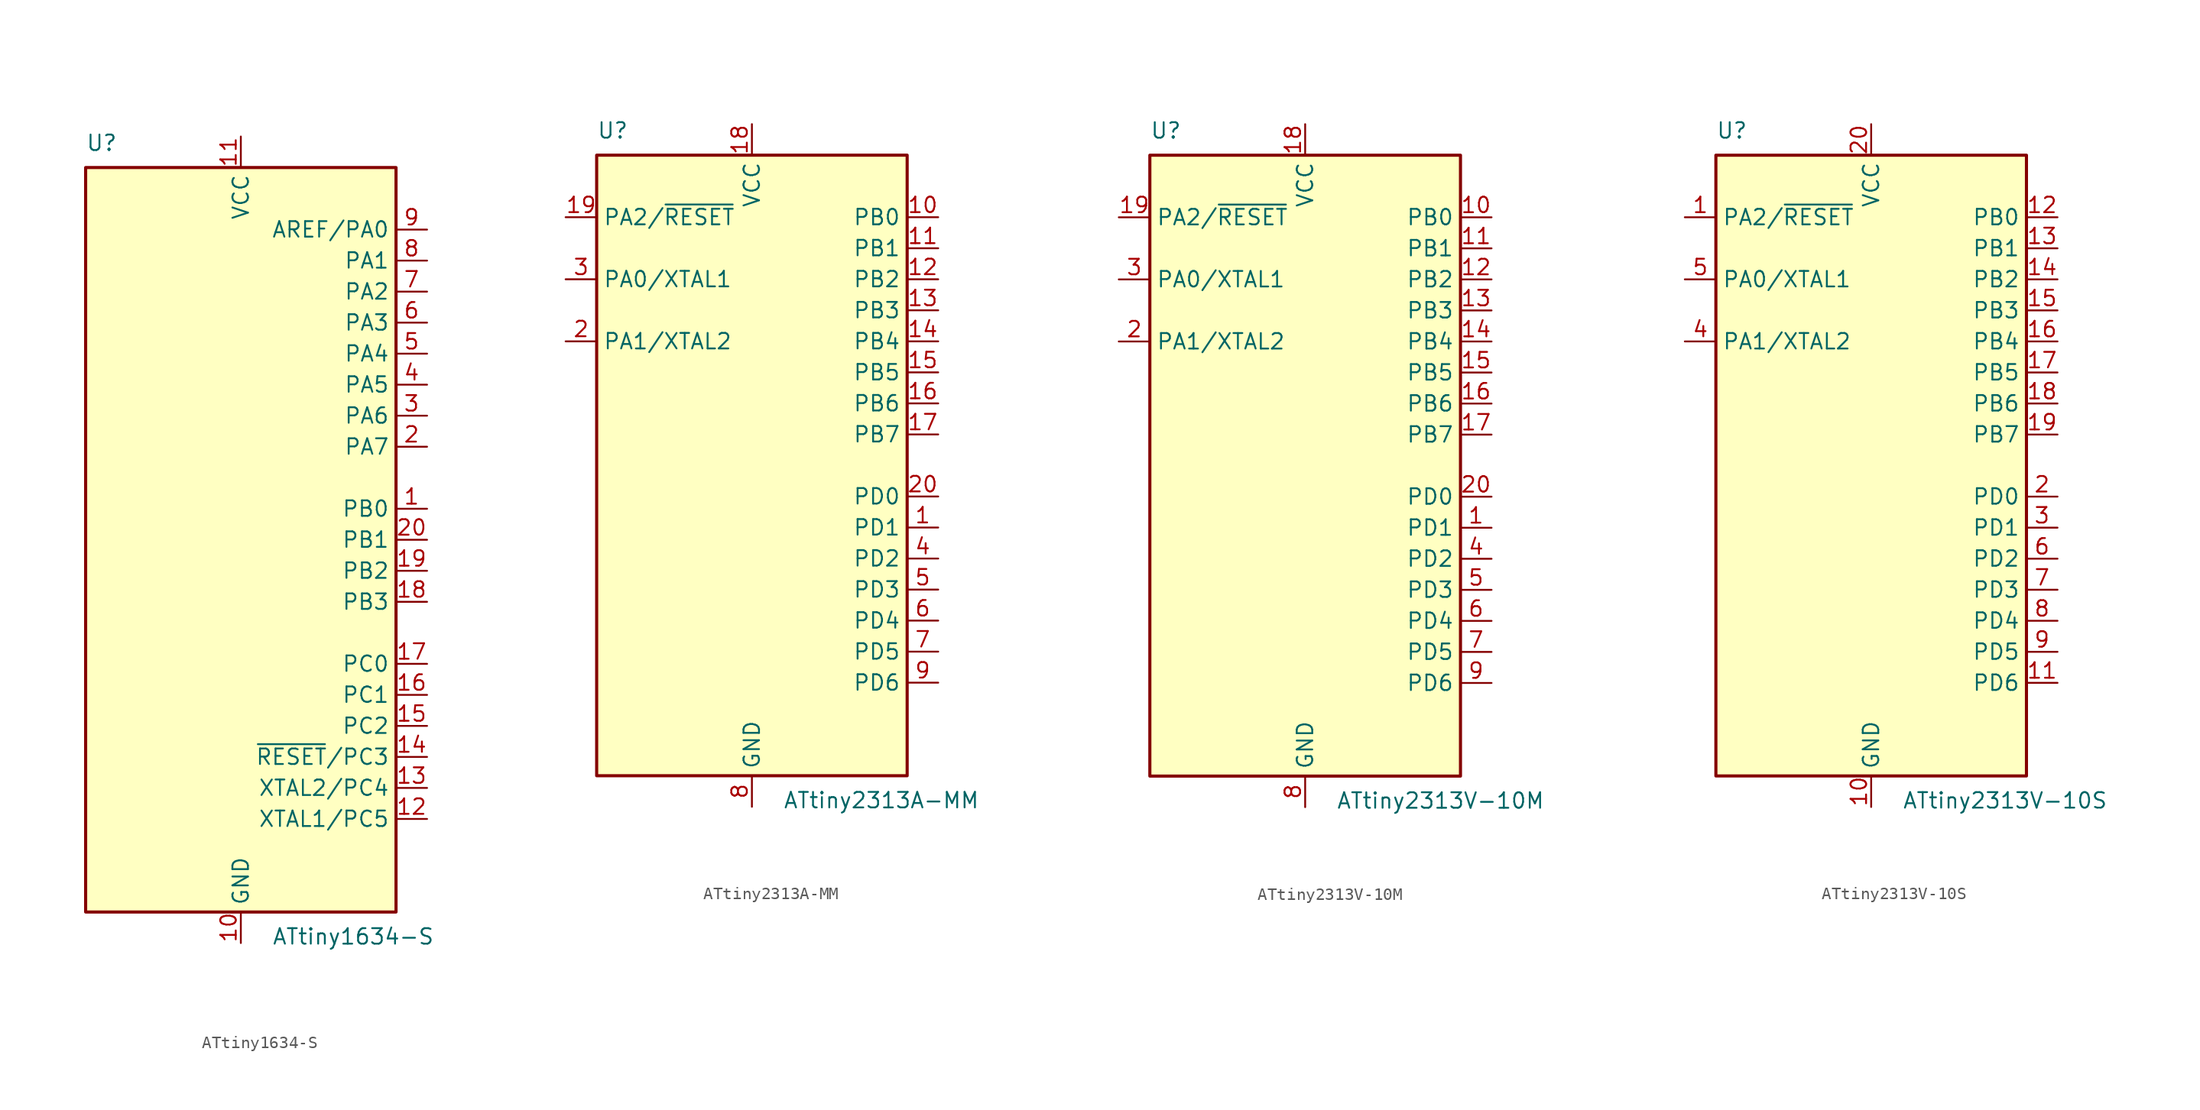
<source format=kicad_sym>
(kicad_symbol_lib
  (version 20201005)
  (generator kicad_symbol_editor)
  (symbol "MCU_Microchip_ATtiny:ATtiny1634-S"
    (property "Reference" "U"
      (at -12.7 31.75 0)
      (effects (font (size 1.27 1.27)) (justify left bottom)))
    (property "Value" "ATtiny1634-S"
      (at 2.54 -31.75 0)
      (effects (font (size 1.27 1.27)) (justify left top)))
    (symbol "ATtiny1634-S_0_1"
      (rectangle (start -12.7 -30.48) (end 12.7 30.48) (stroke (width 0.254)) (fill (type background))))
    (symbol "ATtiny1634-S_1_1"
      (pin bidirectional line (at 15.24 2.54 180) (length 2.54) (name "PB0" (effects (font (size 1.27 1.27)))) (number "1" (effects (font (size 1.27 1.27)))))
      (pin power_in line (at 0 -33.02 90) (length 2.54) (name "GND" (effects (font (size 1.27 1.27)))) (number "10" (effects (font (size 1.27 1.27)))))
      (pin power_in line (at 0 33.02 270) (length 2.54) (name "VCC" (effects (font (size 1.27 1.27)))) (number "11" (effects (font (size 1.27 1.27)))))
      (pin bidirectional line (at 15.24 -22.86 180) (length 2.54) (name "XTAL1/PC5" (effects (font (size 1.27 1.27)))) (number "12" (effects (font (size 1.27 1.27)))))
      (pin bidirectional line (at 15.24 -20.32 180) (length 2.54) (name "XTAL2/PC4" (effects (font (size 1.27 1.27)))) (number "13" (effects (font (size 1.27 1.27)))))
      (pin bidirectional line (at 15.24 -17.78 180) (length 2.54) (name "~RESET~/PC3" (effects (font (size 1.27 1.27)))) (number "14" (effects (font (size 1.27 1.27)))))
      (pin bidirectional line (at 15.24 -15.24 180) (length 2.54) (name "PC2" (effects (font (size 1.27 1.27)))) (number "15" (effects (font (size 1.27 1.27)))))
      (pin bidirectional line (at 15.24 -12.7 180) (length 2.54) (name "PC1" (effects (font (size 1.27 1.27)))) (number "16" (effects (font (size 1.27 1.27)))))
      (pin bidirectional line (at 15.24 -10.16 180) (length 2.54) (name "PC0" (effects (font (size 1.27 1.27)))) (number "17" (effects (font (size 1.27 1.27)))))
      (pin bidirectional line (at 15.24 -5.08 180) (length 2.54) (name "PB3" (effects (font (size 1.27 1.27)))) (number "18" (effects (font (size 1.27 1.27)))))
      (pin bidirectional line (at 15.24 -2.54 180) (length 2.54) (name "PB2" (effects (font (size 1.27 1.27)))) (number "19" (effects (font (size 1.27 1.27)))))
      (pin bidirectional line (at 15.24 7.62 180) (length 2.54) (name "PA7" (effects (font (size 1.27 1.27)))) (number "2" (effects (font (size 1.27 1.27)))))
      (pin bidirectional line (at 15.24 0 180) (length 2.54) (name "PB1" (effects (font (size 1.27 1.27)))) (number "20" (effects (font (size 1.27 1.27)))))
      (pin bidirectional line (at 15.24 10.16 180) (length 2.54) (name "PA6" (effects (font (size 1.27 1.27)))) (number "3" (effects (font (size 1.27 1.27)))))
      (pin bidirectional line (at 15.24 12.7 180) (length 2.54) (name "PA5" (effects (font (size 1.27 1.27)))) (number "4" (effects (font (size 1.27 1.27)))))
      (pin bidirectional line (at 15.24 15.24 180) (length 2.54) (name "PA4" (effects (font (size 1.27 1.27)))) (number "5" (effects (font (size 1.27 1.27)))))
      (pin bidirectional line (at 15.24 17.78 180) (length 2.54) (name "PA3" (effects (font (size 1.27 1.27)))) (number "6" (effects (font (size 1.27 1.27)))))
      (pin bidirectional line (at 15.24 20.32 180) (length 2.54) (name "PA2" (effects (font (size 1.27 1.27)))) (number "7" (effects (font (size 1.27 1.27)))))
      (pin bidirectional line (at 15.24 22.86 180) (length 2.54) (name "PA1" (effects (font (size 1.27 1.27)))) (number "8" (effects (font (size 1.27 1.27)))))
      (pin bidirectional line (at 15.24 25.4 180) (length 2.54) (name "AREF/PA0" (effects (font (size 1.27 1.27)))) (number "9" (effects (font (size 1.27 1.27)))))))
  (symbol "MCU_Microchip_ATtiny:ATtiny2313A-MM"
    (property "Reference" "U"
      (at -12.7 26.67 0)
      (effects (font (size 1.27 1.27)) (justify left bottom)))
    (property "Value" "ATtiny2313A-MM"
      (at 2.54 -26.67 0)
      (effects (font (size 1.27 1.27)) (justify left top)))
    (symbol "ATtiny2313A-MM_0_1"
      (rectangle (start -12.7 -25.4) (end 12.7 25.4) (stroke (width 0.254)) (fill (type background))))
    (symbol "ATtiny2313A-MM_1_1"
      (pin bidirectional line (at 15.24 -5.08 180) (length 2.54) (name "PD1" (effects (font (size 1.27 1.27)))) (number "1" (effects (font (size 1.27 1.27)))))
      (pin bidirectional line (at 15.24 20.32 180) (length 2.54) (name "PB0" (effects (font (size 1.27 1.27)))) (number "10" (effects (font (size 1.27 1.27)))))
      (pin bidirectional line (at 15.24 17.78 180) (length 2.54) (name "PB1" (effects (font (size 1.27 1.27)))) (number "11" (effects (font (size 1.27 1.27)))))
      (pin bidirectional line (at 15.24 15.24 180) (length 2.54) (name "PB2" (effects (font (size 1.27 1.27)))) (number "12" (effects (font (size 1.27 1.27)))))
      (pin bidirectional line (at 15.24 12.7 180) (length 2.54) (name "PB3" (effects (font (size 1.27 1.27)))) (number "13" (effects (font (size 1.27 1.27)))))
      (pin bidirectional line (at 15.24 10.16 180) (length 2.54) (name "PB4" (effects (font (size 1.27 1.27)))) (number "14" (effects (font (size 1.27 1.27)))))
      (pin bidirectional line (at 15.24 7.62 180) (length 2.54) (name "PB5" (effects (font (size 1.27 1.27)))) (number "15" (effects (font (size 1.27 1.27)))))
      (pin bidirectional line (at 15.24 5.08 180) (length 2.54) (name "PB6" (effects (font (size 1.27 1.27)))) (number "16" (effects (font (size 1.27 1.27)))))
      (pin bidirectional line (at 15.24 2.54 180) (length 2.54) (name "PB7" (effects (font (size 1.27 1.27)))) (number "17" (effects (font (size 1.27 1.27)))))
      (pin power_in line (at 0 27.94 270) (length 2.54) (name "VCC" (effects (font (size 1.27 1.27)))) (number "18" (effects (font (size 1.27 1.27)))))
      (pin bidirectional line (at -15.24 20.32 0) (length 2.54) (name "PA2/~RESET" (effects (font (size 1.27 1.27)))) (number "19" (effects (font (size 1.27 1.27)))))
      (pin bidirectional line (at -15.24 10.16 0) (length 2.54) (name "PA1/XTAL2" (effects (font (size 1.27 1.27)))) (number "2" (effects (font (size 1.27 1.27)))))
      (pin bidirectional line (at 15.24 -2.54 180) (length 2.54) (name "PD0" (effects (font (size 1.27 1.27)))) (number "20" (effects (font (size 1.27 1.27)))))
      (pin passive line (at 0 -27.94 90) (length 2.54) hide (name "GND" (effects (font (size 1.27 1.27)))) (number "21" (effects (font (size 1.27 1.27)))))
      (pin bidirectional line (at -15.24 15.24 0) (length 2.54) (name "PA0/XTAL1" (effects (font (size 1.27 1.27)))) (number "3" (effects (font (size 1.27 1.27)))))
      (pin bidirectional line (at 15.24 -7.62 180) (length 2.54) (name "PD2" (effects (font (size 1.27 1.27)))) (number "4" (effects (font (size 1.27 1.27)))))
      (pin bidirectional line (at 15.24 -10.16 180) (length 2.54) (name "PD3" (effects (font (size 1.27 1.27)))) (number "5" (effects (font (size 1.27 1.27)))))
      (pin bidirectional line (at 15.24 -12.7 180) (length 2.54) (name "PD4" (effects (font (size 1.27 1.27)))) (number "6" (effects (font (size 1.27 1.27)))))
      (pin bidirectional line (at 15.24 -15.24 180) (length 2.54) (name "PD5" (effects (font (size 1.27 1.27)))) (number "7" (effects (font (size 1.27 1.27)))))
      (pin power_in line (at 0 -27.94 90) (length 2.54) (name "GND" (effects (font (size 1.27 1.27)))) (number "8" (effects (font (size 1.27 1.27)))))
      (pin bidirectional line (at 15.24 -17.78 180) (length 2.54) (name "PD6" (effects (font (size 1.27 1.27)))) (number "9" (effects (font (size 1.27 1.27)))))))
  (symbol "MCU_Microchip_ATtiny:ATtiny2313V-10M"
    (property "Reference" "U"
      (at -12.7 26.67 0)
      (effects (font (size 1.27 1.27)) (justify left bottom)))
    (property "Value" "ATtiny2313V-10M"
      (at 2.54 -26.67 0)
      (effects (font (size 1.27 1.27)) (justify left top)))
    (symbol "ATtiny2313V-10M_0_1"
      (rectangle (start -12.7 -25.4) (end 12.7 25.4) (stroke (width 0.254)) (fill (type background))))
    (symbol "ATtiny2313V-10M_1_1"
      (pin bidirectional line (at 15.24 -5.08 180) (length 2.54) (name "PD1" (effects (font (size 1.27 1.27)))) (number "1" (effects (font (size 1.27 1.27)))))
      (pin bidirectional line (at 15.24 20.32 180) (length 2.54) (name "PB0" (effects (font (size 1.27 1.27)))) (number "10" (effects (font (size 1.27 1.27)))))
      (pin bidirectional line (at 15.24 17.78 180) (length 2.54) (name "PB1" (effects (font (size 1.27 1.27)))) (number "11" (effects (font (size 1.27 1.27)))))
      (pin bidirectional line (at 15.24 15.24 180) (length 2.54) (name "PB2" (effects (font (size 1.27 1.27)))) (number "12" (effects (font (size 1.27 1.27)))))
      (pin bidirectional line (at 15.24 12.7 180) (length 2.54) (name "PB3" (effects (font (size 1.27 1.27)))) (number "13" (effects (font (size 1.27 1.27)))))
      (pin bidirectional line (at 15.24 10.16 180) (length 2.54) (name "PB4" (effects (font (size 1.27 1.27)))) (number "14" (effects (font (size 1.27 1.27)))))
      (pin bidirectional line (at 15.24 7.62 180) (length 2.54) (name "PB5" (effects (font (size 1.27 1.27)))) (number "15" (effects (font (size 1.27 1.27)))))
      (pin bidirectional line (at 15.24 5.08 180) (length 2.54) (name "PB6" (effects (font (size 1.27 1.27)))) (number "16" (effects (font (size 1.27 1.27)))))
      (pin bidirectional line (at 15.24 2.54 180) (length 2.54) (name "PB7" (effects (font (size 1.27 1.27)))) (number "17" (effects (font (size 1.27 1.27)))))
      (pin power_in line (at 0 27.94 270) (length 2.54) (name "VCC" (effects (font (size 1.27 1.27)))) (number "18" (effects (font (size 1.27 1.27)))))
      (pin bidirectional line (at -15.24 20.32 0) (length 2.54) (name "PA2/~RESET" (effects (font (size 1.27 1.27)))) (number "19" (effects (font (size 1.27 1.27)))))
      (pin bidirectional line (at -15.24 10.16 0) (length 2.54) (name "PA1/XTAL2" (effects (font (size 1.27 1.27)))) (number "2" (effects (font (size 1.27 1.27)))))
      (pin bidirectional line (at 15.24 -2.54 180) (length 2.54) (name "PD0" (effects (font (size 1.27 1.27)))) (number "20" (effects (font (size 1.27 1.27)))))
      (pin passive line (at 0 -27.94 90) (length 2.54) hide (name "GND" (effects (font (size 1.27 1.27)))) (number "21" (effects (font (size 1.27 1.27)))))
      (pin bidirectional line (at -15.24 15.24 0) (length 2.54) (name "PA0/XTAL1" (effects (font (size 1.27 1.27)))) (number "3" (effects (font (size 1.27 1.27)))))
      (pin bidirectional line (at 15.24 -7.62 180) (length 2.54) (name "PD2" (effects (font (size 1.27 1.27)))) (number "4" (effects (font (size 1.27 1.27)))))
      (pin bidirectional line (at 15.24 -10.16 180) (length 2.54) (name "PD3" (effects (font (size 1.27 1.27)))) (number "5" (effects (font (size 1.27 1.27)))))
      (pin bidirectional line (at 15.24 -12.7 180) (length 2.54) (name "PD4" (effects (font (size 1.27 1.27)))) (number "6" (effects (font (size 1.27 1.27)))))
      (pin bidirectional line (at 15.24 -15.24 180) (length 2.54) (name "PD5" (effects (font (size 1.27 1.27)))) (number "7" (effects (font (size 1.27 1.27)))))
      (pin power_in line (at 0 -27.94 90) (length 2.54) (name "GND" (effects (font (size 1.27 1.27)))) (number "8" (effects (font (size 1.27 1.27)))))
      (pin bidirectional line (at 15.24 -17.78 180) (length 2.54) (name "PD6" (effects (font (size 1.27 1.27)))) (number "9" (effects (font (size 1.27 1.27)))))))
  (symbol "MCU_Microchip_ATtiny:ATtiny2313V-10S"
    (property "Reference" "U"
      (at -12.7 26.67 0)
      (effects (font (size 1.27 1.27)) (justify left bottom)))
    (property "Value" "ATtiny2313V-10S"
      (at 2.54 -26.67 0)
      (effects (font (size 1.27 1.27)) (justify left top)))
    (symbol "ATtiny2313V-10S_0_1"
      (rectangle (start -12.7 -25.4) (end 12.7 25.4) (stroke (width 0.254)) (fill (type background))))
    (symbol "ATtiny2313V-10S_1_1"
      (pin bidirectional line (at -15.24 20.32 0) (length 2.54) (name "PA2/~RESET" (effects (font (size 1.27 1.27)))) (number "1" (effects (font (size 1.27 1.27)))))
      (pin power_in line (at 0 -27.94 90) (length 2.54) (name "GND" (effects (font (size 1.27 1.27)))) (number "10" (effects (font (size 1.27 1.27)))))
      (pin bidirectional line (at 15.24 -17.78 180) (length 2.54) (name "PD6" (effects (font (size 1.27 1.27)))) (number "11" (effects (font (size 1.27 1.27)))))
      (pin bidirectional line (at 15.24 20.32 180) (length 2.54) (name "PB0" (effects (font (size 1.27 1.27)))) (number "12" (effects (font (size 1.27 1.27)))))
      (pin bidirectional line (at 15.24 17.78 180) (length 2.54) (name "PB1" (effects (font (size 1.27 1.27)))) (number "13" (effects (font (size 1.27 1.27)))))
      (pin bidirectional line (at 15.24 15.24 180) (length 2.54) (name "PB2" (effects (font (size 1.27 1.27)))) (number "14" (effects (font (size 1.27 1.27)))))
      (pin bidirectional line (at 15.24 12.7 180) (length 2.54) (name "PB3" (effects (font (size 1.27 1.27)))) (number "15" (effects (font (size 1.27 1.27)))))
      (pin bidirectional line (at 15.24 10.16 180) (length 2.54) (name "PB4" (effects (font (size 1.27 1.27)))) (number "16" (effects (font (size 1.27 1.27)))))
      (pin bidirectional line (at 15.24 7.62 180) (length 2.54) (name "PB5" (effects (font (size 1.27 1.27)))) (number "17" (effects (font (size 1.27 1.27)))))
      (pin bidirectional line (at 15.24 5.08 180) (length 2.54) (name "PB6" (effects (font (size 1.27 1.27)))) (number "18" (effects (font (size 1.27 1.27)))))
      (pin bidirectional line (at 15.24 2.54 180) (length 2.54) (name "PB7" (effects (font (size 1.27 1.27)))) (number "19" (effects (font (size 1.27 1.27)))))
      (pin bidirectional line (at 15.24 -2.54 180) (length 2.54) (name "PD0" (effects (font (size 1.27 1.27)))) (number "2" (effects (font (size 1.27 1.27)))))
      (pin power_in line (at 0 27.94 270) (length 2.54) (name "VCC" (effects (font (size 1.27 1.27)))) (number "20" (effects (font (size 1.27 1.27)))))
      (pin bidirectional line (at 15.24 -5.08 180) (length 2.54) (name "PD1" (effects (font (size 1.27 1.27)))) (number "3" (effects (font (size 1.27 1.27)))))
      (pin bidirectional line (at -15.24 10.16 0) (length 2.54) (name "PA1/XTAL2" (effects (font (size 1.27 1.27)))) (number "4" (effects (font (size 1.27 1.27)))))
      (pin bidirectional line (at -15.24 15.24 0) (length 2.54) (name "PA0/XTAL1" (effects (font (size 1.27 1.27)))) (number "5" (effects (font (size 1.27 1.27)))))
      (pin bidirectional line (at 15.24 -7.62 180) (length 2.54) (name "PD2" (effects (font (size 1.27 1.27)))) (number "6" (effects (font (size 1.27 1.27)))))
      (pin bidirectional line (at 15.24 -10.16 180) (length 2.54) (name "PD3" (effects (font (size 1.27 1.27)))) (number "7" (effects (font (size 1.27 1.27)))))
      (pin bidirectional line (at 15.24 -12.7 180) (length 2.54) (name "PD4" (effects (font (size 1.27 1.27)))) (number "8" (effects (font (size 1.27 1.27)))))
      (pin bidirectional line (at 15.24 -15.24 180) (length 2.54) (name "PD5" (effects (font (size 1.27 1.27)))) (number "9" (effects (font (size 1.27 1.27))))))))
</source>
